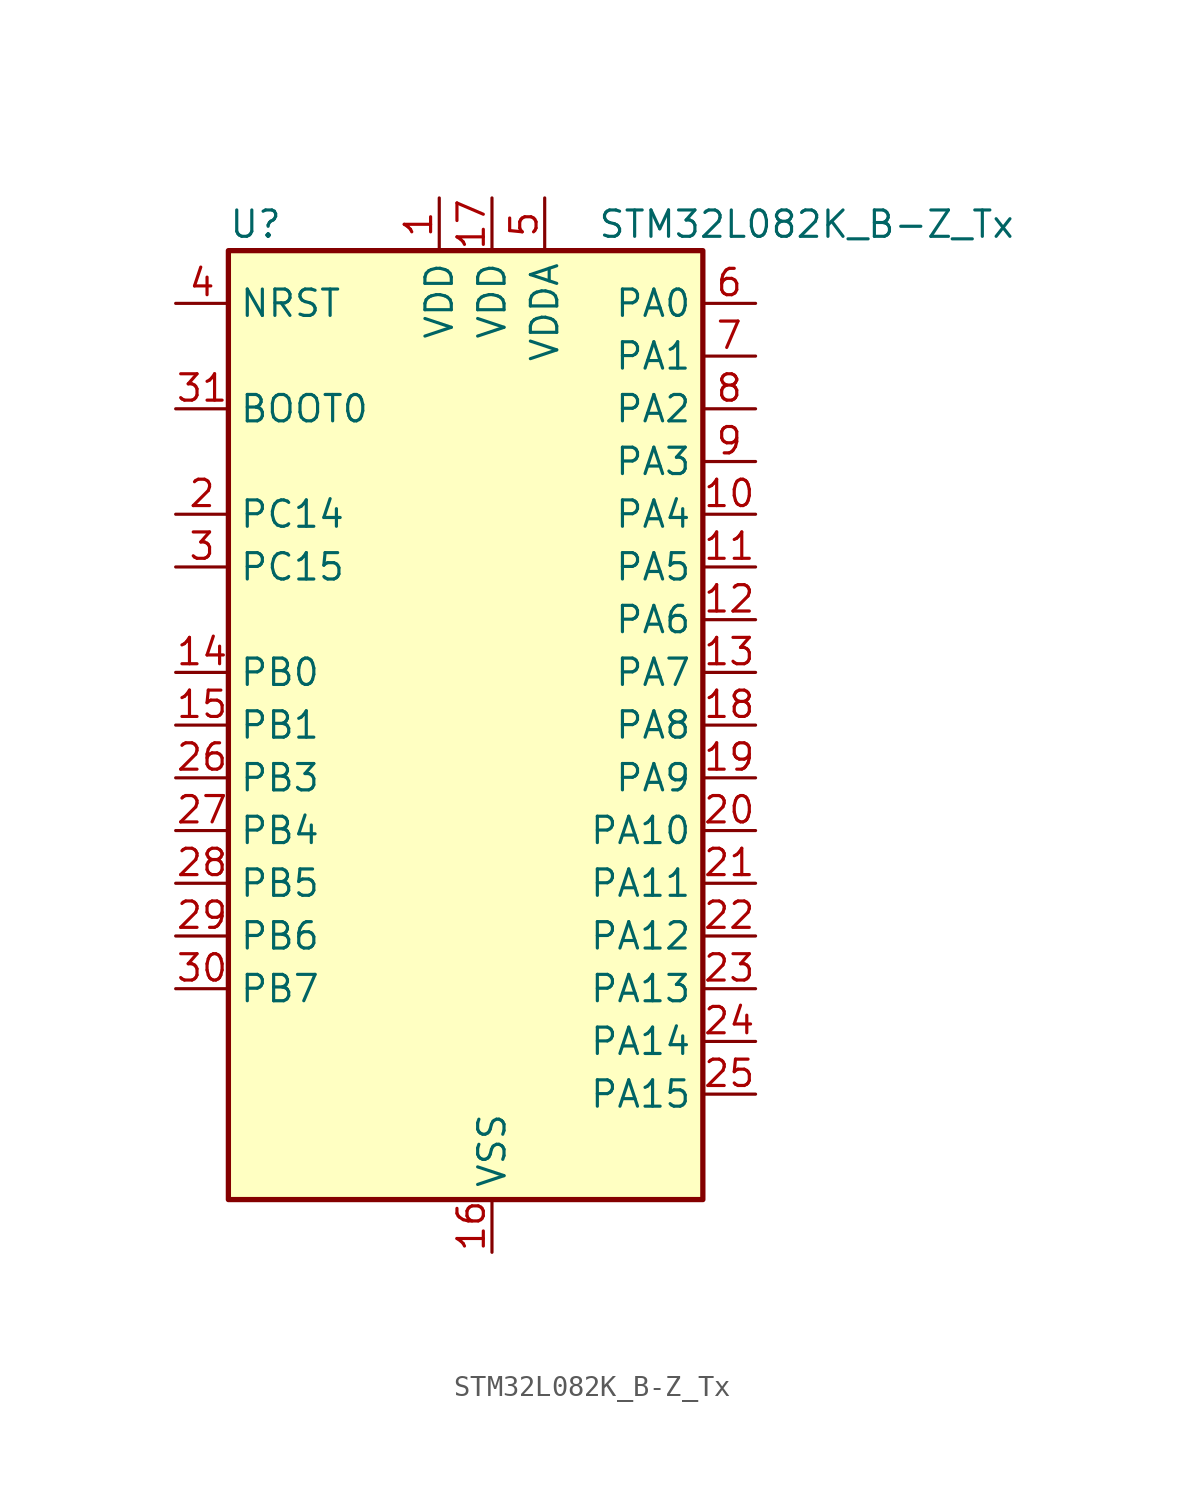
<source format=kicad_sym>
(kicad_symbol_lib
  (version 20220914)
  (generator kicad_symbol_editor)
  (symbol "STM32L082K_B-Z_Tx"
    (property "Reference" "U"
      (at -10.16 24.13 0)
      (effects (font (size 1.27 1.27)) (justify left)))
    (property "Value" "STM32L082K_B-Z_Tx"
      (at 7.62 24.13 0)
      (effects (font (size 1.27 1.27)) (justify left)))
    (property "ki_locked" ""
      (at 0 0 0)
      (effects (font (size 1.27 1.27))))
    (symbol "STM32L082K_B-Z_Tx_0_1"
      (rectangle (start -10.16 -22.86) (end 12.7 22.86) (stroke (width 0.254) (type default)) (fill (type background))))
    (symbol "STM32L082K_B-Z_Tx_1_1"
      (pin power_in line (at 0 25.4 270) (length 2.54) (name "VDD" (effects (font (size 1.27 1.27)))) (number "1" (effects (font (size 1.27 1.27)))))
      (pin bidirectional line (at 15.24 10.16 180) (length 2.54) (name "PA4" (effects (font (size 1.27 1.27)))) (number "10" (effects (font (size 1.27 1.27)))) (alternate "ADC_IN4" bidirectional line) (alternate "COMP1_INM" bidirectional line) (alternate "COMP2_INM" bidirectional line) (alternate "DAC_OUT1" bidirectional line) (alternate "SPI1_NSS" bidirectional line) (alternate "TIM22_ETR" bidirectional line) (alternate "TSC_G2_IO1" bidirectional line) (alternate "USART2_CK" bidirectional line))
      (pin bidirectional line (at 15.24 7.62 180) (length 2.54) (name "PA5" (effects (font (size 1.27 1.27)))) (number "11" (effects (font (size 1.27 1.27)))) (alternate "ADC_IN5" bidirectional line) (alternate "COMP1_INM" bidirectional line) (alternate "COMP2_INM" bidirectional line) (alternate "DAC_OUT2" bidirectional line) (alternate "SPI1_SCK" bidirectional line) (alternate "TIM2_CH1" bidirectional line) (alternate "TIM2_ETR" bidirectional line) (alternate "TSC_G2_IO2" bidirectional line))
      (pin bidirectional line (at 15.24 5.08 180) (length 2.54) (name "PA6" (effects (font (size 1.27 1.27)))) (number "12" (effects (font (size 1.27 1.27)))) (alternate "ADC_IN6" bidirectional line) (alternate "COMP1_OUT" bidirectional line) (alternate "LPUART1_CTS" bidirectional line) (alternate "SPI1_MISO" bidirectional line) (alternate "TIM22_CH1" bidirectional line) (alternate "TIM3_CH1" bidirectional line) (alternate "TSC_G2_IO3" bidirectional line))
      (pin bidirectional line (at 15.24 2.54 180) (length 2.54) (name "PA7" (effects (font (size 1.27 1.27)))) (number "13" (effects (font (size 1.27 1.27)))) (alternate "ADC_IN7" bidirectional line) (alternate "COMP2_OUT" bidirectional line) (alternate "SPI1_MOSI" bidirectional line) (alternate "TIM22_CH2" bidirectional line) (alternate "TIM3_CH2" bidirectional line) (alternate "TSC_G2_IO4" bidirectional line))
      (pin bidirectional line (at -12.7 2.54 0) (length 2.54) (name "PB0" (effects (font (size 1.27 1.27)))) (number "14" (effects (font (size 1.27 1.27)))) (alternate "ADC_IN8" bidirectional line) (alternate "SYS_VREF_OUT_PB0" bidirectional line) (alternate "TIM3_CH3" bidirectional line) (alternate "TSC_G3_IO2" bidirectional line))
      (pin bidirectional line (at -12.7 0 0) (length 2.54) (name "PB1" (effects (font (size 1.27 1.27)))) (number "15" (effects (font (size 1.27 1.27)))) (alternate "ADC_IN9" bidirectional line) (alternate "LPUART1_DE" bidirectional line) (alternate "LPUART1_RTS" bidirectional line) (alternate "SYS_VREF_OUT_PB1" bidirectional line) (alternate "TIM3_CH4" bidirectional line) (alternate "TSC_G3_IO3" bidirectional line))
      (pin power_in line (at 2.54 -25.4 90) (length 2.54) (name "VSS" (effects (font (size 1.27 1.27)))) (number "16" (effects (font (size 1.27 1.27)))))
      (pin power_in line (at 2.54 25.4 270) (length 2.54) (name "VDD" (effects (font (size 1.27 1.27)))) (number "17" (effects (font (size 1.27 1.27)))))
      (pin bidirectional line (at 15.24 0 180) (length 2.54) (name "PA8" (effects (font (size 1.27 1.27)))) (number "18" (effects (font (size 1.27 1.27)))) (alternate "CRS_SYNC" bidirectional line) (alternate "I2C3_SCL" bidirectional line) (alternate "RCC_MCO" bidirectional line) (alternate "USART1_CK" bidirectional line))
      (pin bidirectional line (at 15.24 -2.54 180) (length 2.54) (name "PA9" (effects (font (size 1.27 1.27)))) (number "19" (effects (font (size 1.27 1.27)))) (alternate "DAC_EXTI9" bidirectional line) (alternate "I2C1_SCL" bidirectional line) (alternate "I2C3_SMBA" bidirectional line) (alternate "RCC_MCO" bidirectional line) (alternate "TSC_G4_IO1" bidirectional line) (alternate "USART1_TX" bidirectional line))
      (pin bidirectional line (at -12.7 10.16 0) (length 2.54) (name "PC14" (effects (font (size 1.27 1.27)))) (number "2" (effects (font (size 1.27 1.27)))) (alternate "RCC_OSC32_IN" bidirectional line))
      (pin bidirectional line (at 15.24 -5.08 180) (length 2.54) (name "PA10" (effects (font (size 1.27 1.27)))) (number "20" (effects (font (size 1.27 1.27)))) (alternate "I2C1_SDA" bidirectional line) (alternate "TSC_G4_IO2" bidirectional line) (alternate "USART1_RX" bidirectional line))
      (pin bidirectional line (at 15.24 -7.62 180) (length 2.54) (name "PA11" (effects (font (size 1.27 1.27)))) (number "21" (effects (font (size 1.27 1.27)))) (alternate "ADC_EXTI11" bidirectional line) (alternate "COMP1_OUT" bidirectional line) (alternate "SPI1_MISO" bidirectional line) (alternate "TSC_G4_IO3" bidirectional line) (alternate "USART1_CTS" bidirectional line) (alternate "USB_DM" bidirectional line))
      (pin bidirectional line (at 15.24 -10.16 180) (length 2.54) (name "PA12" (effects (font (size 1.27 1.27)))) (number "22" (effects (font (size 1.27 1.27)))) (alternate "COMP2_OUT" bidirectional line) (alternate "SPI1_MOSI" bidirectional line) (alternate "TSC_G4_IO4" bidirectional line) (alternate "USART1_DE" bidirectional line) (alternate "USART1_RTS" bidirectional line) (alternate "USB_DP" bidirectional line))
      (pin bidirectional line (at 15.24 -12.7 180) (length 2.54) (name "PA13" (effects (font (size 1.27 1.27)))) (number "23" (effects (font (size 1.27 1.27)))) (alternate "LPUART1_RX" bidirectional line) (alternate "SYS_SWDIO" bidirectional line) (alternate "USB_NOE" bidirectional line))
      (pin bidirectional line (at 15.24 -15.24 180) (length 2.54) (name "PA14" (effects (font (size 1.27 1.27)))) (number "24" (effects (font (size 1.27 1.27)))) (alternate "LPUART1_TX" bidirectional line) (alternate "SYS_SWCLK" bidirectional line) (alternate "USART2_TX" bidirectional line))
      (pin bidirectional line (at 15.24 -17.78 180) (length 2.54) (name "PA15" (effects (font (size 1.27 1.27)))) (number "25" (effects (font (size 1.27 1.27)))) (alternate "SPI1_NSS" bidirectional line) (alternate "TIM2_CH1" bidirectional line) (alternate "TIM2_ETR" bidirectional line) (alternate "USART2_RX" bidirectional line) (alternate "USART4_DE" bidirectional line) (alternate "USART4_RTS" bidirectional line))
      (pin bidirectional line (at -12.7 -2.54 0) (length 2.54) (name "PB3" (effects (font (size 1.27 1.27)))) (number "26" (effects (font (size 1.27 1.27)))) (alternate "COMP2_INM" bidirectional line) (alternate "SPI1_SCK" bidirectional line) (alternate "TIM2_CH2" bidirectional line) (alternate "TSC_G5_IO1" bidirectional line) (alternate "USART1_DE" bidirectional line) (alternate "USART1_RTS" bidirectional line) (alternate "USART5_TX" bidirectional line))
      (pin bidirectional line (at -12.7 -5.08 0) (length 2.54) (name "PB4" (effects (font (size 1.27 1.27)))) (number "27" (effects (font (size 1.27 1.27)))) (alternate "COMP2_INP" bidirectional line) (alternate "I2C3_SDA" bidirectional line) (alternate "SPI1_MISO" bidirectional line) (alternate "TIM22_CH1" bidirectional line) (alternate "TIM3_CH1" bidirectional line) (alternate "TSC_G5_IO2" bidirectional line) (alternate "USART1_CTS" bidirectional line) (alternate "USART5_RX" bidirectional line))
      (pin bidirectional line (at -12.7 -7.62 0) (length 2.54) (name "PB5" (effects (font (size 1.27 1.27)))) (number "28" (effects (font (size 1.27 1.27)))) (alternate "COMP2_INP" bidirectional line) (alternate "I2C1_SMBA" bidirectional line) (alternate "LPTIM1_IN1" bidirectional line) (alternate "SPI1_MOSI" bidirectional line) (alternate "TIM22_CH2" bidirectional line) (alternate "TIM3_CH2" bidirectional line) (alternate "USART1_CK" bidirectional line) (alternate "USART5_CK" bidirectional line) (alternate "USART5_DE" bidirectional line) (alternate "USART5_RTS" bidirectional line))
      (pin bidirectional line (at -12.7 -10.16 0) (length 2.54) (name "PB6" (effects (font (size 1.27 1.27)))) (number "29" (effects (font (size 1.27 1.27)))) (alternate "COMP2_INP" bidirectional line) (alternate "I2C1_SCL" bidirectional line) (alternate "LPTIM1_ETR" bidirectional line) (alternate "TSC_G5_IO3" bidirectional line) (alternate "USART1_TX" bidirectional line))
      (pin bidirectional line (at -12.7 7.62 0) (length 2.54) (name "PC15" (effects (font (size 1.27 1.27)))) (number "3" (effects (font (size 1.27 1.27)))) (alternate "RCC_OSC32_OUT" bidirectional line))
      (pin bidirectional line (at -12.7 -12.7 0) (length 2.54) (name "PB7" (effects (font (size 1.27 1.27)))) (number "30" (effects (font (size 1.27 1.27)))) (alternate "COMP2_INP" bidirectional line) (alternate "I2C1_SDA" bidirectional line) (alternate "LPTIM1_IN2" bidirectional line) (alternate "SYS_PVD_IN" bidirectional line) (alternate "TSC_G5_IO4" bidirectional line) (alternate "USART1_RX" bidirectional line) (alternate "USART4_CTS" bidirectional line))
      (pin input line (at -12.7 15.24 0) (length 2.54) (name "BOOT0" (effects (font (size 1.27 1.27)))) (number "31" (effects (font (size 1.27 1.27)))))
      (pin passive line (at 2.54 -25.4 90) (length 2.54) hide (name "VSS" (effects (font (size 1.27 1.27)))) (number "32" (effects (font (size 1.27 1.27)))))
      (pin input line (at -12.7 20.32 0) (length 2.54) (name "NRST" (effects (font (size 1.27 1.27)))) (number "4" (effects (font (size 1.27 1.27)))))
      (pin power_in line (at 5.08 25.4 270) (length 2.54) (name "VDDA" (effects (font (size 1.27 1.27)))) (number "5" (effects (font (size 1.27 1.27)))))
      (pin bidirectional line (at 15.24 20.32 180) (length 2.54) (name "PA0" (effects (font (size 1.27 1.27)))) (number "6" (effects (font (size 1.27 1.27)))) (alternate "ADC_IN0" bidirectional line) (alternate "COMP1_INM" bidirectional line) (alternate "COMP1_OUT" bidirectional line) (alternate "RTC_TAMP2" bidirectional line) (alternate "SYS_WKUP1" bidirectional line) (alternate "TIM2_CH1" bidirectional line) (alternate "TIM2_ETR" bidirectional line) (alternate "TSC_G1_IO1" bidirectional line) (alternate "USART2_CTS" bidirectional line) (alternate "USART4_TX" bidirectional line))
      (pin bidirectional line (at 15.24 17.78 180) (length 2.54) (name "PA1" (effects (font (size 1.27 1.27)))) (number "7" (effects (font (size 1.27 1.27)))) (alternate "ADC_IN1" bidirectional line) (alternate "COMP1_INP" bidirectional line) (alternate "TIM21_ETR" bidirectional line) (alternate "TIM2_CH2" bidirectional line) (alternate "TSC_G1_IO2" bidirectional line) (alternate "USART2_DE" bidirectional line) (alternate "USART2_RTS" bidirectional line) (alternate "USART4_RX" bidirectional line))
      (pin bidirectional line (at 15.24 15.24 180) (length 2.54) (name "PA2" (effects (font (size 1.27 1.27)))) (number "8" (effects (font (size 1.27 1.27)))) (alternate "ADC_IN2" bidirectional line) (alternate "COMP2_INM" bidirectional line) (alternate "COMP2_OUT" bidirectional line) (alternate "LPUART1_TX" bidirectional line) (alternate "TIM21_CH1" bidirectional line) (alternate "TIM2_CH3" bidirectional line) (alternate "TSC_G1_IO3" bidirectional line) (alternate "USART2_TX" bidirectional line))
      (pin bidirectional line (at 15.24 12.7 180) (length 2.54) (name "PA3" (effects (font (size 1.27 1.27)))) (number "9" (effects (font (size 1.27 1.27)))) (alternate "ADC_IN3" bidirectional line) (alternate "COMP2_INP" bidirectional line) (alternate "LPUART1_RX" bidirectional line) (alternate "TIM21_CH2" bidirectional line) (alternate "TIM2_CH4" bidirectional line) (alternate "TSC_G1_IO4" bidirectional line) (alternate "USART2_RX" bidirectional line)))))
</source>
